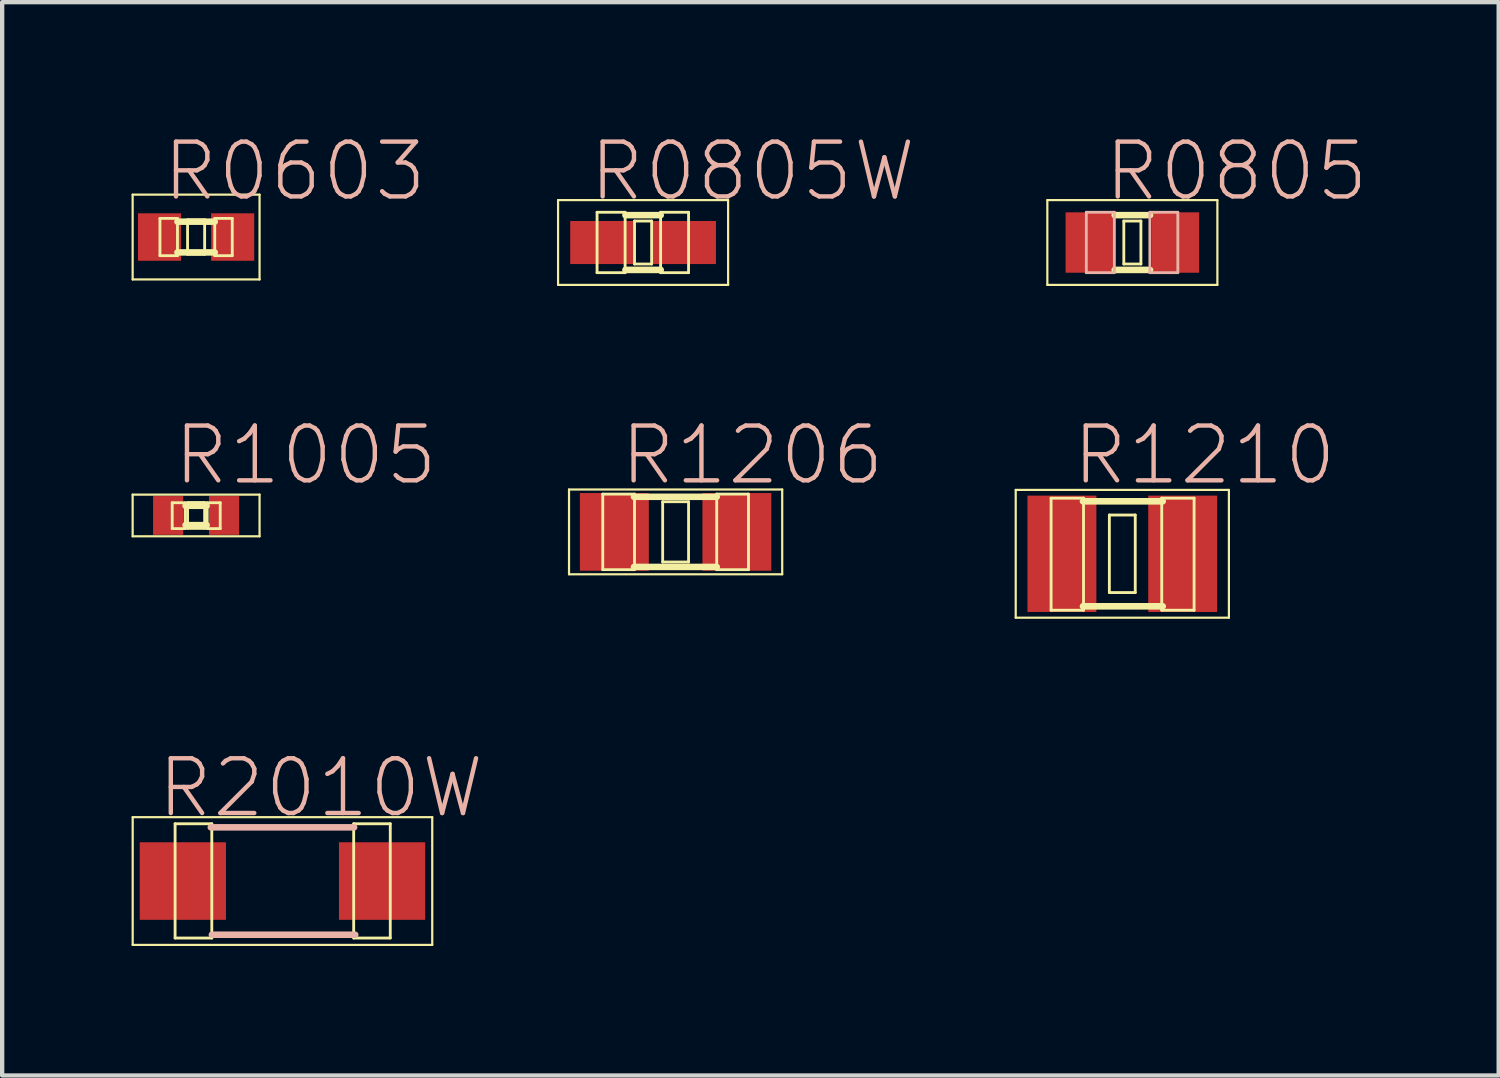
<source format=kicad_pcb>
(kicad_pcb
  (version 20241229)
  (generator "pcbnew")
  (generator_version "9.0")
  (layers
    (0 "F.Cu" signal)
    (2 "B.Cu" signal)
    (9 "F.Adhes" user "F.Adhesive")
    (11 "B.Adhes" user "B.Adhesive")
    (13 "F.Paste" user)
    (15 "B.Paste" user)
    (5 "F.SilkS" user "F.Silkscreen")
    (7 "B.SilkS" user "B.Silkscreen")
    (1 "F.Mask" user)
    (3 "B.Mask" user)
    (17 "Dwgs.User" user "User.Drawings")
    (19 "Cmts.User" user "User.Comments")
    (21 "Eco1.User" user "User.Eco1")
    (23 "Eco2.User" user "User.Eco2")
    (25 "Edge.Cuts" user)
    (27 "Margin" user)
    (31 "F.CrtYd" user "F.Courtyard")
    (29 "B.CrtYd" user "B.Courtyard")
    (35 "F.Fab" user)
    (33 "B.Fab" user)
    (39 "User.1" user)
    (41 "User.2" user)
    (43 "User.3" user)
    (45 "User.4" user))
  (footprint "R1210"
    (layer "F.Cu")
    (at 22.967 9.788)
    (property "Reference" "R1210" (at 1.905 -2.286 0) (layer "B.SilkS") (effects (font (size 1.27 1.27) (thickness 0.102))))
    (attr smd)
    (fp_line (start -2.471 -1.481) (end 2.471 -1.481) (stroke (width 0.051) (type solid)) (layer "F.SilkS"))
    (fp_line (start -2.471 1.481) (end -2.471 -1.481) (stroke (width 0.051) (type solid)) (layer "F.SilkS"))
    (fp_line (start -1.651 -1.29) (end -0.899 -1.29) (stroke (width 0.066) (type solid)) (layer "F.SilkS"))
    (fp_line (start -1.651 1.308) (end -1.651 -1.29) (stroke (width 0.066) (type solid)) (layer "F.SilkS"))
    (fp_line (start -1.651 1.308) (end -0.899 1.308) (stroke (width 0.066) (type solid)) (layer "F.SilkS"))
    (fp_line (start -0.912 -1.217) (end 0.937 -1.217) (stroke (width 0.152) (type solid)) (layer "F.SilkS"))
    (fp_line (start -0.912 1.217) (end 0.937 1.217) (stroke (width 0.152) (type solid)) (layer "F.SilkS"))
    (fp_line (start -0.899 1.308) (end -0.899 -1.29) (stroke (width 0.066) (type solid)) (layer "F.SilkS"))
    (fp_line (start -0.3 -0.899) (end 0.3 -0.899) (stroke (width 0.066) (type solid)) (layer "F.SilkS"))
    (fp_line (start -0.3 0.899) (end -0.3 -0.899) (stroke (width 0.066) (type solid)) (layer "F.SilkS"))
    (fp_line (start -0.3 0.899) (end 0.3 0.899) (stroke (width 0.066) (type solid)) (layer "F.SilkS"))
    (fp_line (start 0.3 0.899) (end 0.3 -0.899) (stroke (width 0.066) (type solid)) (layer "F.SilkS"))
    (fp_line (start 0.914 -1.29) (end 1.664 -1.29) (stroke (width 0.066) (type solid)) (layer "F.SilkS"))
    (fp_line (start 0.914 1.308) (end 0.914 -1.29) (stroke (width 0.066) (type solid)) (layer "F.SilkS"))
    (fp_line (start 0.914 1.308) (end 1.664 1.308) (stroke (width 0.066) (type solid)) (layer "F.SilkS"))
    (fp_line (start 1.664 1.308) (end 1.664 -1.29) (stroke (width 0.066) (type solid)) (layer "F.SilkS"))
    (fp_line (start 2.471 -1.481) (end 2.471 1.481) (stroke (width 0.051) (type solid)) (layer "F.SilkS"))
    (fp_line (start 2.471 1.481) (end -2.471 1.481) (stroke (width 0.051) (type solid)) (layer "F.SilkS"))
    (pad "1" smd rect (at -1.4 0) (size 1.598 2.697) (layers "F.Cu" "F.Mask" "F.Paste"))
    (pad "2" smd rect (at 1.4 0) (size 1.598 2.697) (layers "F.Cu" "F.Mask" "F.Paste")))
  (footprint "R2010W"
    (layer "F.Cu")
    (at 3.498 17.374)
    (property "Reference" "R2010W" (at 0.889 -2.159 0) (layer "B.SilkS") (effects (font (size 1.27 1.27) (thickness 0.102))))
    (attr smd)
    (fp_line (start -3.472 -1.481) (end 3.472 -1.481) (stroke (width 0.051) (type solid)) (layer "F.SilkS"))
    (fp_line (start -3.472 1.481) (end -3.472 -1.481) (stroke (width 0.051) (type solid)) (layer "F.SilkS"))
    (fp_line (start -2.489 -1.328) (end -1.638 -1.328) (stroke (width 0.066) (type solid)) (layer "F.SilkS"))
    (fp_line (start -2.489 1.321) (end -2.489 -1.328) (stroke (width 0.066) (type solid)) (layer "F.SilkS"))
    (fp_line (start -2.489 1.321) (end -1.638 1.321) (stroke (width 0.066) (type solid)) (layer "F.SilkS"))
    (fp_line (start -1.638 1.321) (end -1.638 -1.328) (stroke (width 0.066) (type solid)) (layer "F.SilkS"))
    (fp_line (start 1.651 -1.328) (end 2.499 -1.328) (stroke (width 0.066) (type solid)) (layer "F.SilkS"))
    (fp_line (start 1.651 1.321) (end 1.651 -1.328) (stroke (width 0.066) (type solid)) (layer "F.SilkS"))
    (fp_line (start 1.651 1.321) (end 2.499 1.321) (stroke (width 0.066) (type solid)) (layer "F.SilkS"))
    (fp_line (start 2.499 1.321) (end 2.499 -1.328) (stroke (width 0.066) (type solid)) (layer "F.SilkS"))
    (fp_line (start 3.472 -1.481) (end 3.472 1.481) (stroke (width 0.051) (type solid)) (layer "F.SilkS"))
    (fp_line (start 3.472 1.481) (end -3.472 1.481) (stroke (width 0.051) (type solid)) (layer "F.SilkS"))
    (fp_line (start -1.661 -1.245) (end 1.661 -1.245) (stroke (width 0.152) (type solid)) (layer "B.SilkS"))
    (fp_line (start -1.636 1.245) (end 1.687 1.245) (stroke (width 0.152) (type solid)) (layer "B.SilkS"))
    (pad "1" smd rect (at -2.309 0) (size 1.999 1.798) (layers "F.Cu" "F.Mask" "F.Paste"))
    (pad "2" smd rect (at 2.309 0) (size 1.999 1.798) (layers "F.Cu" "F.Mask" "F.Paste")))
  (footprint "R1206"
    (layer "F.Cu")
    (at 12.612 9.28)
    (property "Reference" "R1206" (at 1.778 -1.778 0) (layer "B.SilkS") (effects (font (size 1.27 1.27) (thickness 0.102))))
    (attr smd)
    (fp_line (start -2.471 -0.983) (end 2.471 -0.983) (stroke (width 0.051) (type solid)) (layer "F.SilkS"))
    (fp_line (start -2.471 0.983) (end -2.471 -0.983) (stroke (width 0.051) (type solid)) (layer "F.SilkS"))
    (fp_line (start -1.689 -0.876) (end -0.953 -0.876) (stroke (width 0.066) (type solid)) (layer "F.SilkS"))
    (fp_line (start -1.689 0.876) (end -1.689 -0.876) (stroke (width 0.066) (type solid)) (layer "F.SilkS"))
    (fp_line (start -1.689 0.876) (end -0.953 0.876) (stroke (width 0.066) (type solid)) (layer "F.SilkS"))
    (fp_line (start -0.953 0.876) (end -0.953 -0.876) (stroke (width 0.066) (type solid)) (layer "F.SilkS"))
    (fp_line (start -0.3 -0.699) (end 0.3 -0.699) (stroke (width 0.066) (type solid)) (layer "F.SilkS"))
    (fp_line (start -0.3 0.699) (end -0.3 -0.699) (stroke (width 0.066) (type solid)) (layer "F.SilkS"))
    (fp_line (start -0.3 0.699) (end 0.3 0.699) (stroke (width 0.066) (type solid)) (layer "F.SilkS"))
    (fp_line (start 0.3 0.699) (end 0.3 -0.699) (stroke (width 0.066) (type solid)) (layer "F.SilkS"))
    (fp_line (start 0.953 -0.876) (end 1.689 -0.876) (stroke (width 0.066) (type solid)) (layer "F.SilkS"))
    (fp_line (start 0.953 -0.813) (end -0.965 -0.813) (stroke (width 0.152) (type solid)) (layer "F.SilkS"))
    (fp_line (start 0.953 0.813) (end -0.965 0.813) (stroke (width 0.152) (type solid)) (layer "F.SilkS"))
    (fp_line (start 0.953 0.876) (end 0.953 -0.876) (stroke (width 0.066) (type solid)) (layer "F.SilkS"))
    (fp_line (start 0.953 0.876) (end 1.689 0.876) (stroke (width 0.066) (type solid)) (layer "F.SilkS"))
    (fp_line (start 1.689 0.876) (end 1.689 -0.876) (stroke (width 0.066) (type solid)) (layer "F.SilkS"))
    (fp_line (start 2.471 -0.983) (end 2.471 0.983) (stroke (width 0.051) (type solid)) (layer "F.SilkS"))
    (fp_line (start 2.471 0.983) (end -2.471 0.983) (stroke (width 0.051) (type solid)) (layer "F.SilkS"))
    (pad "1" smd rect (at -1.42 0) (size 1.598 1.801) (layers "F.Cu" "F.Mask" "F.Paste"))
    (pad "2" smd rect (at 1.42 0) (size 1.598 1.801) (layers "F.Cu" "F.Mask" "F.Paste")))
  (footprint "R0603"
    (layer "F.Cu")
    (at 1.496 2.445)
    (property "Reference" "R0603" (at 2.286 -1.524 0) (layer "B.SilkS") (effects (font (size 1.27 1.27) (thickness 0.102))))
    (attr smd)
    (fp_line (start -1.471 -0.983) (end 1.471 -0.983) (stroke (width 0.051) (type solid)) (layer "F.SilkS"))
    (fp_line (start -1.471 0.983) (end -1.471 -0.983) (stroke (width 0.051) (type solid)) (layer "F.SilkS"))
    (fp_line (start -0.838 -0.432) (end -0.432 -0.432) (stroke (width 0.066) (type solid)) (layer "F.SilkS"))
    (fp_line (start -0.838 0.432) (end -0.838 -0.432) (stroke (width 0.066) (type solid)) (layer "F.SilkS"))
    (fp_line (start -0.838 0.432) (end -0.432 0.432) (stroke (width 0.066) (type solid)) (layer "F.SilkS"))
    (fp_line (start -0.432 0.356) (end 0.432 0.356) (stroke (width 0.152) (type solid)) (layer "F.SilkS"))
    (fp_line (start -0.432 0.432) (end -0.432 -0.432) (stroke (width 0.066) (type solid)) (layer "F.SilkS"))
    (fp_line (start -0.198 -0.399) (end 0.198 -0.399) (stroke (width 0.066) (type solid)) (layer "F.SilkS"))
    (fp_line (start -0.198 0.399) (end -0.198 -0.399) (stroke (width 0.066) (type solid)) (layer "F.SilkS"))
    (fp_line (start -0.198 0.399) (end 0.198 0.399) (stroke (width 0.066) (type solid)) (layer "F.SilkS"))
    (fp_line (start 0.198 0.399) (end 0.198 -0.399) (stroke (width 0.066) (type solid)) (layer "F.SilkS"))
    (fp_line (start 0.432 -0.432) (end 0.838 -0.432) (stroke (width 0.066) (type solid)) (layer "F.SilkS"))
    (fp_line (start 0.432 -0.356) (end -0.432 -0.356) (stroke (width 0.152) (type solid)) (layer "F.SilkS"))
    (fp_line (start 0.432 0.432) (end 0.432 -0.432) (stroke (width 0.066) (type solid)) (layer "F.SilkS"))
    (fp_line (start 0.432 0.432) (end 0.838 0.432) (stroke (width 0.066) (type solid)) (layer "F.SilkS"))
    (fp_line (start 0.838 0.432) (end 0.838 -0.432) (stroke (width 0.066) (type solid)) (layer "F.SilkS"))
    (fp_line (start 1.471 -0.983) (end 1.471 0.983) (stroke (width 0.051) (type solid)) (layer "F.SilkS"))
    (fp_line (start 1.471 0.983) (end -1.471 0.983) (stroke (width 0.051) (type solid)) (layer "F.SilkS"))
    (pad "1" smd rect (at -0.848 0) (size 0.998 1.1) (layers "F.Cu" "F.Mask" "F.Paste"))
    (pad "2" smd rect (at 0.848 0) (size 0.998 1.1) (layers "F.Cu" "F.Mask" "F.Paste")))
  (footprint "R0805W"
    (layer "F.Cu")
    (at 11.858 2.572)
    (property "Reference" "R0805W" (at 2.54 -1.651 0) (layer "B.SilkS") (effects (font (size 1.27 1.27) (thickness 0.102))))
    (attr smd)
    (fp_line (start -1.971 -0.983) (end 1.971 -0.983) (stroke (width 0.051) (type solid)) (layer "F.SilkS"))
    (fp_line (start -1.971 0.983) (end -1.971 -0.983) (stroke (width 0.051) (type solid)) (layer "F.SilkS"))
    (fp_line (start -1.067 -0.701) (end -0.417 -0.701) (stroke (width 0.066) (type solid)) (layer "F.SilkS"))
    (fp_line (start -1.067 0.699) (end -1.067 -0.701) (stroke (width 0.066) (type solid)) (layer "F.SilkS"))
    (fp_line (start -1.067 0.699) (end -0.417 0.699) (stroke (width 0.066) (type solid)) (layer "F.SilkS"))
    (fp_line (start -0.417 0.699) (end -0.417 -0.701) (stroke (width 0.066) (type solid)) (layer "F.SilkS"))
    (fp_line (start -0.409 -0.635) (end 0.409 -0.635) (stroke (width 0.152) (type solid)) (layer "F.SilkS"))
    (fp_line (start -0.409 0.635) (end 0.409 0.635) (stroke (width 0.152) (type solid)) (layer "F.SilkS"))
    (fp_line (start -0.198 -0.498) (end 0.198 -0.498) (stroke (width 0.066) (type solid)) (layer "F.SilkS"))
    (fp_line (start -0.198 0.498) (end -0.198 -0.498) (stroke (width 0.066) (type solid)) (layer "F.SilkS"))
    (fp_line (start -0.198 0.498) (end 0.198 0.498) (stroke (width 0.066) (type solid)) (layer "F.SilkS"))
    (fp_line (start 0.198 0.498) (end 0.198 -0.498) (stroke (width 0.066) (type solid)) (layer "F.SilkS"))
    (fp_line (start 0.406 -0.701) (end 1.054 -0.701) (stroke (width 0.066) (type solid)) (layer "F.SilkS"))
    (fp_line (start 0.406 0.699) (end 0.406 -0.701) (stroke (width 0.066) (type solid)) (layer "F.SilkS"))
    (fp_line (start 0.406 0.699) (end 1.054 0.699) (stroke (width 0.066) (type solid)) (layer "F.SilkS"))
    (fp_line (start 1.054 0.699) (end 1.054 -0.701) (stroke (width 0.066) (type solid)) (layer "F.SilkS"))
    (fp_line (start 1.971 -0.983) (end 1.971 0.983) (stroke (width 0.051) (type solid)) (layer "F.SilkS"))
    (fp_line (start 1.971 0.983) (end -1.971 0.983) (stroke (width 0.051) (type solid)) (layer "F.SilkS"))
    (pad "1" smd rect (at -0.94 0) (size 1.499 0.998) (layers "F.Cu" "F.Mask" "F.Paste"))
    (pad "2" smd rect (at 0.94 0) (size 1.499 0.998) (layers "F.Cu" "F.Mask" "F.Paste")))
  (footprint "R1005"
    (layer "F.Cu")
    (at 1.496 8.899)
    (property "Reference" "R1005" (at 2.54 -1.397 0) (layer "B.SilkS") (effects (font (size 1.27 1.27) (thickness 0.102))))
    (attr smd)
    (fp_line (start -1.471 -0.483) (end 1.471 -0.483) (stroke (width 0.051) (type solid)) (layer "F.SilkS"))
    (fp_line (start -1.471 0.483) (end -1.471 -0.483) (stroke (width 0.051) (type solid)) (layer "F.SilkS"))
    (fp_line (start -0.554 -0.295) (end -0.254 -0.295) (stroke (width 0.066) (type solid)) (layer "F.SilkS"))
    (fp_line (start -0.554 0.305) (end -0.554 -0.295) (stroke (width 0.066) (type solid)) (layer "F.SilkS"))
    (fp_line (start -0.554 0.305) (end -0.254 0.305) (stroke (width 0.066) (type solid)) (layer "F.SilkS"))
    (fp_line (start -0.254 0.305) (end -0.254 -0.295) (stroke (width 0.066) (type solid)) (layer "F.SilkS"))
    (fp_line (start -0.244 -0.224) (end 0.244 -0.224) (stroke (width 0.152) (type solid)) (layer "F.SilkS"))
    (fp_line (start -0.198 -0.3) (end 0.198 -0.3) (stroke (width 0.066) (type solid)) (layer "F.SilkS"))
    (fp_line (start -0.198 0.3) (end -0.198 -0.3) (stroke (width 0.066) (type solid)) (layer "F.SilkS"))
    (fp_line (start -0.198 0.3) (end 0.198 0.3) (stroke (width 0.066) (type solid)) (layer "F.SilkS"))
    (fp_line (start 0.198 0.3) (end 0.198 -0.3) (stroke (width 0.066) (type solid)) (layer "F.SilkS"))
    (fp_line (start 0.244 0.224) (end -0.244 0.224) (stroke (width 0.152) (type solid)) (layer "F.SilkS"))
    (fp_line (start 0.257 -0.295) (end 0.559 -0.295) (stroke (width 0.066) (type solid)) (layer "F.SilkS"))
    (fp_line (start 0.257 0.305) (end 0.257 -0.295) (stroke (width 0.066) (type solid)) (layer "F.SilkS"))
    (fp_line (start 0.257 0.305) (end 0.559 0.305) (stroke (width 0.066) (type solid)) (layer "F.SilkS"))
    (fp_line (start 0.559 0.305) (end 0.559 -0.295) (stroke (width 0.066) (type solid)) (layer "F.SilkS"))
    (fp_line (start 1.471 -0.483) (end 1.471 0.483) (stroke (width 0.051) (type solid)) (layer "F.SilkS"))
    (fp_line (start 1.471 0.483) (end -1.471 0.483) (stroke (width 0.051) (type solid)) (layer "F.SilkS"))
    (pad "1" smd rect (at -0.648 0) (size 0.699 0.899) (layers "F.Cu" "F.Mask" "F.Paste"))
    (pad "2" smd rect (at 0.648 0) (size 0.699 0.899) (layers "F.Cu" "F.Mask" "F.Paste")))
  (footprint "R0805"
    (layer "F.Cu")
    (at 23.2 2.572)
    (property "Reference" "R0805" (at 2.413 -1.651 0) (layer "B.SilkS") (effects (font (size 1.27 1.27) (thickness 0.102))))
    (attr smd)
    (fp_line (start -1.971 -0.983) (end 1.971 -0.983) (stroke (width 0.051) (type solid)) (layer "F.SilkS"))
    (fp_line (start -1.971 0.983) (end -1.971 -0.983) (stroke (width 0.051) (type solid)) (layer "F.SilkS"))
    (fp_line (start -0.409 -0.635) (end 0.409 -0.635) (stroke (width 0.152) (type solid)) (layer "F.SilkS"))
    (fp_line (start -0.409 0.635) (end 0.409 0.635) (stroke (width 0.152) (type solid)) (layer "F.SilkS"))
    (fp_line (start -0.198 -0.498) (end 0.198 -0.498) (stroke (width 0.066) (type solid)) (layer "F.SilkS"))
    (fp_line (start -0.198 0.498) (end -0.198 -0.498) (stroke (width 0.066) (type solid)) (layer "F.SilkS"))
    (fp_line (start -0.198 0.498) (end 0.198 0.498) (stroke (width 0.066) (type solid)) (layer "F.SilkS"))
    (fp_line (start 0.198 0.498) (end 0.198 -0.498) (stroke (width 0.066) (type solid)) (layer "F.SilkS"))
    (fp_line (start 1.971 -0.983) (end 1.971 0.983) (stroke (width 0.051) (type solid)) (layer "F.SilkS"))
    (fp_line (start 1.971 0.983) (end -1.971 0.983) (stroke (width 0.051) (type solid)) (layer "F.SilkS"))
    (fp_line (start -1.067 -0.701) (end -0.417 -0.701) (stroke (width 0.066) (type solid)) (layer "B.SilkS"))
    (fp_line (start -1.067 0.699) (end -1.067 -0.701) (stroke (width 0.066) (type solid)) (layer "B.SilkS"))
    (fp_line (start -1.067 0.699) (end -0.417 0.699) (stroke (width 0.066) (type solid)) (layer "B.SilkS"))
    (fp_line (start -0.417 0.699) (end -0.417 -0.701) (stroke (width 0.066) (type solid)) (layer "B.SilkS"))
    (fp_line (start 0.406 -0.701) (end 1.054 -0.701) (stroke (width 0.066) (type solid)) (layer "B.SilkS"))
    (fp_line (start 0.406 0.699) (end 0.406 -0.701) (stroke (width 0.066) (type solid)) (layer "B.SilkS"))
    (fp_line (start 0.406 0.699) (end 1.054 0.699) (stroke (width 0.066) (type solid)) (layer "B.SilkS"))
    (fp_line (start 1.054 0.699) (end 1.054 -0.701) (stroke (width 0.066) (type solid)) (layer "B.SilkS"))
    (pad "1" smd rect (at -0.998 0) (size 1.1 1.4) (layers "F.Cu" "F.Mask" "F.Paste"))
    (pad "2" smd rect (at 0.998 0) (size 1.1 1.4) (layers "F.Cu" "F.Mask" "F.Paste")))
  (gr_rect
    (start -3 -3)
    (end 31.692 21.881)
    (stroke (width 0.1) (type default))
    (fill no)
    (layer "Edge.Cuts")))
</source>
